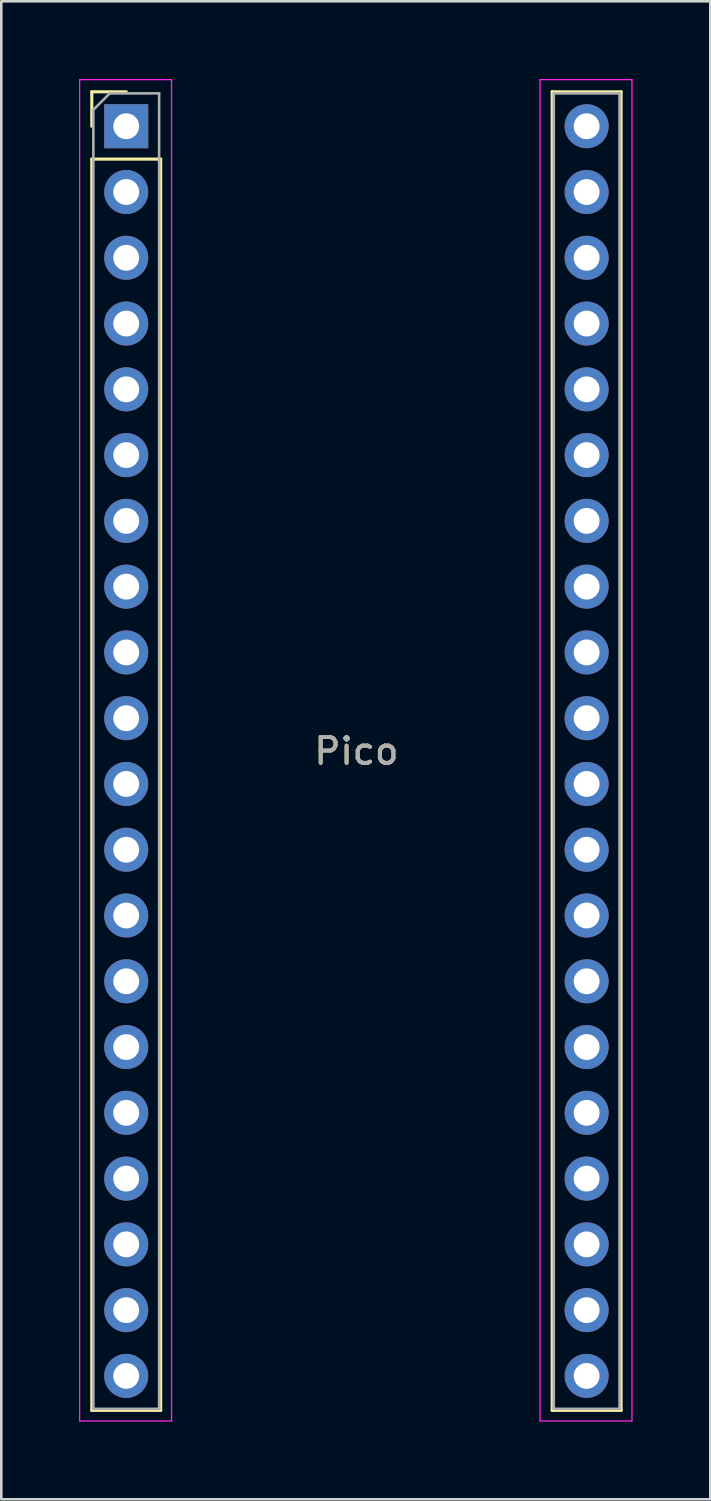
<source format=kicad_pcb>
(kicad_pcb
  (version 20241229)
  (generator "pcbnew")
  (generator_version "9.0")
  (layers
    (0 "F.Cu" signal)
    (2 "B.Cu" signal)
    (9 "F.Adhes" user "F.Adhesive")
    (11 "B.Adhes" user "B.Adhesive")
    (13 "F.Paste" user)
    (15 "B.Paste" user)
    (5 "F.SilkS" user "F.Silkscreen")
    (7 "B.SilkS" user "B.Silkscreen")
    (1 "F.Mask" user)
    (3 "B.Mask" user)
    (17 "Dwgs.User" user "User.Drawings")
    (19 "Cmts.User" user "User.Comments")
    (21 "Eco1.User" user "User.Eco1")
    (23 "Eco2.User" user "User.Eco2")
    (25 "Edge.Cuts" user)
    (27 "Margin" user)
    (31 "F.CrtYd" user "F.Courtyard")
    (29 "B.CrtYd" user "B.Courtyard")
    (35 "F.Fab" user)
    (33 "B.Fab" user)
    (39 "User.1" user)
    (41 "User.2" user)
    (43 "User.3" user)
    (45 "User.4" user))
  (footprint "Pico"
    (layer "F.Cu")
    (at 10.715 25.955)
    (property "Reference" "Pico" (at 0 0 0) (layer "F.SilkS") (effects (font (size 1 1) (thickness 0.15))))
    (attr through_hole)
    (fp_line (start -10.22 -25.46) (end -10.22 -24.13) (stroke (width 0.12) (type solid)) (layer "F.SilkS"))
    (fp_line (start -10.22 -22.86) (end -10.22 25.46) (stroke (width 0.12) (type solid)) (layer "F.SilkS"))
    (fp_line (start -10.22 -22.86) (end -7.56 -22.86) (stroke (width 0.12) (type solid)) (layer "F.SilkS"))
    (fp_line (start -10.22 25.46) (end -7.56 25.46) (stroke (width 0.12) (type solid)) (layer "F.SilkS"))
    (fp_line (start -8.89 -25.46) (end -10.22 -25.46) (stroke (width 0.12) (type solid)) (layer "F.SilkS"))
    (fp_line (start -7.56 -22.86) (end -7.56 25.46) (stroke (width 0.12) (type solid)) (layer "F.SilkS"))
    (fp_line (start 7.56 -25.46) (end 7.56 25.46) (stroke (width 0.12) (type solid)) (layer "F.SilkS"))
    (fp_line (start 7.56 -25.46) (end 10.22 -25.46) (stroke (width 0.12) (type solid)) (layer "F.SilkS"))
    (fp_line (start 7.56 25.46) (end 10.22 25.46) (stroke (width 0.12) (type solid)) (layer "F.SilkS"))
    (fp_line (start 10.22 -25.46) (end 10.22 25.46) (stroke (width 0.12) (type solid)) (layer "F.SilkS"))
    (fp_line (start -10.69 -25.93) (end -7.14 -25.93) (stroke (width 0.05) (type solid)) (layer "F.CrtYd"))
    (fp_line (start -10.69 25.87) (end -10.69 -25.93) (stroke (width 0.05) (type solid)) (layer "F.CrtYd"))
    (fp_line (start -7.14 -25.93) (end -7.14 25.87) (stroke (width 0.05) (type solid)) (layer "F.CrtYd"))
    (fp_line (start -7.14 25.87) (end -10.69 25.87) (stroke (width 0.05) (type solid)) (layer "F.CrtYd"))
    (fp_line (start 7.09 -25.93) (end 10.64 -25.93) (stroke (width 0.05) (type solid)) (layer "F.CrtYd"))
    (fp_line (start 7.09 25.87) (end 7.09 -25.93) (stroke (width 0.05) (type solid)) (layer "F.CrtYd"))
    (fp_line (start 10.64 -25.93) (end 10.64 25.87) (stroke (width 0.05) (type solid)) (layer "F.CrtYd"))
    (fp_line (start 10.64 25.87) (end 7.09 25.87) (stroke (width 0.05) (type solid)) (layer "F.CrtYd"))
    (fp_line (start -10.16 25.4) (end -10.16 -24.765) (stroke (width 0.1) (type solid)) (layer "F.Fab"))
    (fp_line (start -9.525 -25.4) (end -10.16 -24.765) (stroke (width 0.1) (type solid)) (layer "F.Fab"))
    (fp_line (start -9.525 -25.4) (end -7.62 -25.4) (stroke (width 0.1) (type solid)) (layer "F.Fab"))
    (fp_line (start -7.62 -25.4) (end -7.62 25.4) (stroke (width 0.1) (type solid)) (layer "F.Fab"))
    (fp_line (start -7.62 25.4) (end -10.16 25.4) (stroke (width 0.1) (type solid)) (layer "F.Fab"))
    (fp_line (start 7.62 -25.4) (end 10.16 -25.4) (stroke (width 0.1) (type solid)) (layer "F.Fab"))
    (fp_line (start 7.62 25.4) (end 7.62 -25.4) (stroke (width 0.1) (type solid)) (layer "F.Fab"))
    (fp_line (start 10.16 -25.4) (end 10.16 25.4) (stroke (width 0.1) (type solid)) (layer "F.Fab"))
    (fp_line (start 10.16 25.4) (end 7.62 25.4) (stroke (width 0.1) (type solid)) (layer "F.Fab"))
    (fp_text user "${REFERENCE}" (at 0 0 180) (layer "F.Fab") (effects (font (size 1 1) (thickness 0.15))))
    (pad "1" thru_hole rect (at -8.89 -24.13) (size 1.7 1.7) (drill 1) (layers "*.Cu" "*.Mask"))
    (pad "2" thru_hole oval (at -8.89 -21.59) (size 1.7 1.7) (drill 1) (layers "*.Cu" "*.Mask"))
    (pad "3" thru_hole oval (at -8.89 -19.05) (size 1.7 1.7) (drill 1) (layers "*.Cu" "*.Mask"))
    (pad "4" thru_hole oval (at -8.89 -16.51) (size 1.7 1.7) (drill 1) (layers "*.Cu" "*.Mask"))
    (pad "5" thru_hole oval (at -8.89 -13.97) (size 1.7 1.7) (drill 1) (layers "*.Cu" "*.Mask"))
    (pad "6" thru_hole oval (at -8.89 -11.43) (size 1.7 1.7) (drill 1) (layers "*.Cu" "*.Mask"))
    (pad "7" thru_hole oval (at -8.89 -8.89) (size 1.7 1.7) (drill 1) (layers "*.Cu" "*.Mask"))
    (pad "8" thru_hole oval (at -8.89 -6.35) (size 1.7 1.7) (drill 1) (layers "*.Cu" "*.Mask"))
    (pad "9" thru_hole oval (at -8.89 -3.81) (size 1.7 1.7) (drill 1) (layers "*.Cu" "*.Mask"))
    (pad "10" thru_hole oval (at -8.89 -1.27) (size 1.7 1.7) (drill 1) (layers "*.Cu" "*.Mask"))
    (pad "11" thru_hole oval (at -8.89 1.27) (size 1.7 1.7) (drill 1) (layers "*.Cu" "*.Mask"))
    (pad "12" thru_hole oval (at -8.89 3.81) (size 1.7 1.7) (drill 1) (layers "*.Cu" "*.Mask"))
    (pad "13" thru_hole oval (at -8.89 6.35) (size 1.7 1.7) (drill 1) (layers "*.Cu" "*.Mask"))
    (pad "14" thru_hole oval (at -8.89 8.89) (size 1.7 1.7) (drill 1) (layers "*.Cu" "*.Mask"))
    (pad "15" thru_hole oval (at -8.89 11.43) (size 1.7 1.7) (drill 1) (layers "*.Cu" "*.Mask"))
    (pad "16" thru_hole oval (at -8.89 13.97) (size 1.7 1.7) (drill 1) (layers "*.Cu" "*.Mask"))
    (pad "17" thru_hole oval (at -8.89 16.51) (size 1.7 1.7) (drill 1) (layers "*.Cu" "*.Mask"))
    (pad "18" thru_hole oval (at -8.89 19.05) (size 1.7 1.7) (drill 1) (layers "*.Cu" "*.Mask"))
    (pad "19" thru_hole oval (at -8.89 21.59) (size 1.7 1.7) (drill 1) (layers "*.Cu" "*.Mask"))
    (pad "20" thru_hole oval (at -8.89 24.13) (size 1.7 1.7) (drill 1) (layers "*.Cu" "*.Mask"))
    (pad "21" thru_hole oval (at 8.89 24.13) (size 1.7 1.7) (drill 1) (layers "*.Cu" "*.Mask"))
    (pad "22" thru_hole oval (at 8.89 21.59) (size 1.7 1.7) (drill 1) (layers "*.Cu" "*.Mask"))
    (pad "23" thru_hole oval (at 8.89 19.05) (size 1.7 1.7) (drill 1) (layers "*.Cu" "*.Mask"))
    (pad "24" thru_hole oval (at 8.89 16.51) (size 1.7 1.7) (drill 1) (layers "*.Cu" "*.Mask"))
    (pad "25" thru_hole oval (at 8.89 13.97) (size 1.7 1.7) (drill 1) (layers "*.Cu" "*.Mask"))
    (pad "26" thru_hole oval (at 8.89 11.43) (size 1.7 1.7) (drill 1) (layers "*.Cu" "*.Mask"))
    (pad "27" thru_hole oval (at 8.89 8.89) (size 1.7 1.7) (drill 1) (layers "*.Cu" "*.Mask"))
    (pad "28" thru_hole oval (at 8.89 6.35) (size 1.7 1.7) (drill 1) (layers "*.Cu" "*.Mask"))
    (pad "29" thru_hole oval (at 8.89 3.81) (size 1.7 1.7) (drill 1) (layers "*.Cu" "*.Mask"))
    (pad "30" thru_hole oval (at 8.89 1.27) (size 1.7 1.7) (drill 1) (layers "*.Cu" "*.Mask"))
    (pad "31" thru_hole oval (at 8.89 -1.27) (size 1.7 1.7) (drill 1) (layers "*.Cu" "*.Mask"))
    (pad "32" thru_hole oval (at 8.89 -3.81) (size 1.7 1.7) (drill 1) (layers "*.Cu" "*.Mask"))
    (pad "33" thru_hole oval (at 8.89 -6.35) (size 1.7 1.7) (drill 1) (layers "*.Cu" "*.Mask"))
    (pad "34" thru_hole oval (at 8.89 -8.89) (size 1.7 1.7) (drill 1) (layers "*.Cu" "*.Mask"))
    (pad "35" thru_hole oval (at 8.89 -11.43) (size 1.7 1.7) (drill 1) (layers "*.Cu" "*.Mask"))
    (pad "36" thru_hole oval (at 8.89 -13.97) (size 1.7 1.7) (drill 1) (layers "*.Cu" "*.Mask"))
    (pad "37" thru_hole oval (at 8.89 -16.51) (size 1.7 1.7) (drill 1) (layers "*.Cu" "*.Mask"))
    (pad "38" thru_hole oval (at 8.89 -19.05) (size 1.7 1.7) (drill 1) (layers "*.Cu" "*.Mask"))
    (pad "39" thru_hole oval (at 8.89 -21.59) (size 1.7 1.7) (drill 1) (layers "*.Cu" "*.Mask"))
    (pad "40" thru_hole oval (at 8.89 -24.13) (size 1.7 1.7) (drill 1) (layers "*.Cu" "*.Mask")))
  (gr_rect
    (start -3 -3)
    (end 24.38 54.85)
    (stroke (width 0.1) (type default))
    (fill no)
    (layer "Edge.Cuts")))
</source>
